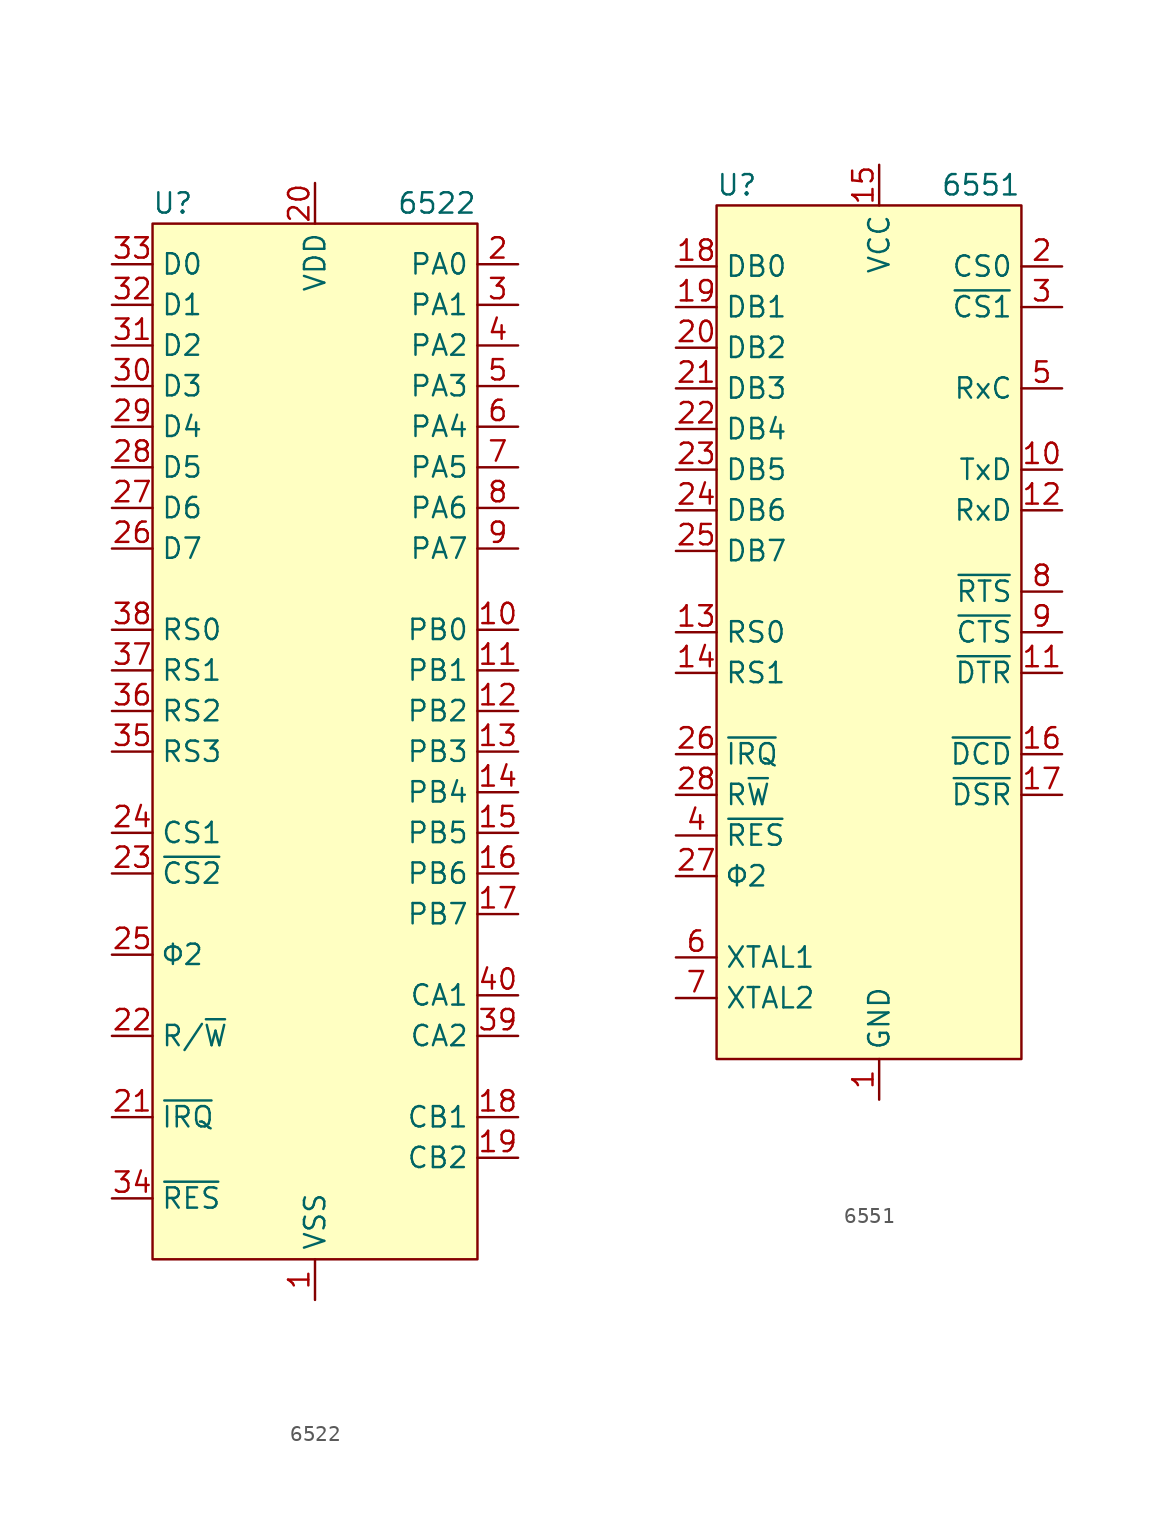
<source format=kicad_sym>
(kicad_symbol_lib
  (version 20211014)
  (generator kicad_symbol_editor)
  (symbol "6522"
    (property "Reference" "U"
      (at -8.89 31.75 0)
      (effects (font (size 1.27 1.27))))
    (property "Value" "6522"
      (at 7.62 31.75 0)
      (effects (font (size 1.27 1.27))))
    (symbol "6522_0_1"
      (rectangle (start -10.16 30.48) (end 10.16 -34.29) (stroke (width 0) (type default) (color 0 0 0 0)) (fill (type background))))
    (symbol "6522_1_1"
      (pin power_in line (at 0 -36.83 90) (length 2.54) (name "VSS" (effects (font (size 1.27 1.27)))) (number "1" (effects (font (size 1.27 1.27)))))
      (pin bidirectional line (at 12.7 5.08 180) (length 2.54) (name "PB0" (effects (font (size 1.27 1.27)))) (number "10" (effects (font (size 1.27 1.27)))))
      (pin bidirectional line (at 12.7 2.54 180) (length 2.54) (name "PB1" (effects (font (size 1.27 1.27)))) (number "11" (effects (font (size 1.27 1.27)))))
      (pin bidirectional line (at 12.7 0 180) (length 2.54) (name "PB2" (effects (font (size 1.27 1.27)))) (number "12" (effects (font (size 1.27 1.27)))))
      (pin bidirectional line (at 12.7 -2.54 180) (length 2.54) (name "PB3" (effects (font (size 1.27 1.27)))) (number "13" (effects (font (size 1.27 1.27)))))
      (pin bidirectional line (at 12.7 -5.08 180) (length 2.54) (name "PB4" (effects (font (size 1.27 1.27)))) (number "14" (effects (font (size 1.27 1.27)))))
      (pin bidirectional line (at 12.7 -7.62 180) (length 2.54) (name "PB5" (effects (font (size 1.27 1.27)))) (number "15" (effects (font (size 1.27 1.27)))))
      (pin bidirectional line (at 12.7 -10.16 180) (length 2.54) (name "PB6" (effects (font (size 1.27 1.27)))) (number "16" (effects (font (size 1.27 1.27)))))
      (pin bidirectional line (at 12.7 -12.7 180) (length 2.54) (name "PB7" (effects (font (size 1.27 1.27)))) (number "17" (effects (font (size 1.27 1.27)))))
      (pin bidirectional line (at 12.7 -25.4 180) (length 2.54) (name "CB1" (effects (font (size 1.27 1.27)))) (number "18" (effects (font (size 1.27 1.27)))))
      (pin bidirectional line (at 12.7 -27.94 180) (length 2.54) (name "CB2" (effects (font (size 1.27 1.27)))) (number "19" (effects (font (size 1.27 1.27)))))
      (pin bidirectional line (at 12.7 27.94 180) (length 2.54) (name "PA0" (effects (font (size 1.27 1.27)))) (number "2" (effects (font (size 1.27 1.27)))))
      (pin power_in line (at 0 33.02 270) (length 2.54) (name "VDD" (effects (font (size 1.27 1.27)))) (number "20" (effects (font (size 1.27 1.27)))))
      (pin open_collector line (at -12.7 -25.4 0) (length 2.54) (name "~{IRQ}" (effects (font (size 1.27 1.27)))) (number "21" (effects (font (size 1.27 1.27)))))
      (pin input line (at -12.7 -20.32 0) (length 2.54) (name "R/~{W}" (effects (font (size 1.27 1.27)))) (number "22" (effects (font (size 1.27 1.27)))))
      (pin input line (at -12.7 -10.16 0) (length 2.54) (name "~{CS2}" (effects (font (size 1.27 1.27)))) (number "23" (effects (font (size 1.27 1.27)))))
      (pin input line (at -12.7 -7.62 0) (length 2.54) (name "CS1" (effects (font (size 1.27 1.27)))) (number "24" (effects (font (size 1.27 1.27)))))
      (pin input line (at -12.7 -15.24 0) (length 2.54) (name "Φ2" (effects (font (size 1.27 1.27)))) (number "25" (effects (font (size 1.27 1.27)))))
      (pin tri_state line (at -12.7 10.16 0) (length 2.54) (name "D7" (effects (font (size 1.27 1.27)))) (number "26" (effects (font (size 1.27 1.27)))))
      (pin tri_state line (at -12.7 12.7 0) (length 2.54) (name "D6" (effects (font (size 1.27 1.27)))) (number "27" (effects (font (size 1.27 1.27)))))
      (pin tri_state line (at -12.7 15.24 0) (length 2.54) (name "D5" (effects (font (size 1.27 1.27)))) (number "28" (effects (font (size 1.27 1.27)))))
      (pin tri_state line (at -12.7 17.78 0) (length 2.54) (name "D4" (effects (font (size 1.27 1.27)))) (number "29" (effects (font (size 1.27 1.27)))))
      (pin bidirectional line (at 12.7 25.4 180) (length 2.54) (name "PA1" (effects (font (size 1.27 1.27)))) (number "3" (effects (font (size 1.27 1.27)))))
      (pin tri_state line (at -12.7 20.32 0) (length 2.54) (name "D3" (effects (font (size 1.27 1.27)))) (number "30" (effects (font (size 1.27 1.27)))))
      (pin tri_state line (at -12.7 22.86 0) (length 2.54) (name "D2" (effects (font (size 1.27 1.27)))) (number "31" (effects (font (size 1.27 1.27)))))
      (pin tri_state line (at -12.7 25.4 0) (length 2.54) (name "D1" (effects (font (size 1.27 1.27)))) (number "32" (effects (font (size 1.27 1.27)))))
      (pin tri_state line (at -12.7 27.94 0) (length 2.54) (name "D0" (effects (font (size 1.27 1.27)))) (number "33" (effects (font (size 1.27 1.27)))))
      (pin input line (at -12.7 -30.48 0) (length 2.54) (name "~{RES}" (effects (font (size 1.27 1.27)))) (number "34" (effects (font (size 1.27 1.27)))))
      (pin input line (at -12.7 -2.54 0) (length 2.54) (name "RS3" (effects (font (size 1.27 1.27)))) (number "35" (effects (font (size 1.27 1.27)))))
      (pin input line (at -12.7 0 0) (length 2.54) (name "RS2" (effects (font (size 1.27 1.27)))) (number "36" (effects (font (size 1.27 1.27)))))
      (pin input line (at -12.7 2.54 0) (length 2.54) (name "RS1" (effects (font (size 1.27 1.27)))) (number "37" (effects (font (size 1.27 1.27)))))
      (pin input line (at -12.7 5.08 0) (length 2.54) (name "RS0" (effects (font (size 1.27 1.27)))) (number "38" (effects (font (size 1.27 1.27)))))
      (pin bidirectional line (at 12.7 -20.32 180) (length 2.54) (name "CA2" (effects (font (size 1.27 1.27)))) (number "39" (effects (font (size 1.27 1.27)))))
      (pin bidirectional line (at 12.7 22.86 180) (length 2.54) (name "PA2" (effects (font (size 1.27 1.27)))) (number "4" (effects (font (size 1.27 1.27)))))
      (pin input line (at 12.7 -17.78 180) (length 2.54) (name "CA1" (effects (font (size 1.27 1.27)))) (number "40" (effects (font (size 1.27 1.27)))))
      (pin bidirectional line (at 12.7 20.32 180) (length 2.54) (name "PA3" (effects (font (size 1.27 1.27)))) (number "5" (effects (font (size 1.27 1.27)))))
      (pin bidirectional line (at 12.7 17.78 180) (length 2.54) (name "PA4" (effects (font (size 1.27 1.27)))) (number "6" (effects (font (size 1.27 1.27)))))
      (pin bidirectional line (at 12.7 15.24 180) (length 2.54) (name "PA5" (effects (font (size 1.27 1.27)))) (number "7" (effects (font (size 1.27 1.27)))))
      (pin bidirectional line (at 12.7 12.7 180) (length 2.54) (name "PA6" (effects (font (size 1.27 1.27)))) (number "8" (effects (font (size 1.27 1.27)))))
      (pin bidirectional line (at 12.7 10.16 180) (length 2.54) (name "PA7" (effects (font (size 1.27 1.27)))) (number "9" (effects (font (size 1.27 1.27)))))))
  (symbol "6551"
    (property "Reference" "U"
      (at -8.89 25.4 0)
      (effects (font (size 1.27 1.27))))
    (property "Value" "6551"
      (at 6.35 25.4 0)
      (effects (font (size 1.27 1.27))))
    (symbol "6551_0_0"
      (pin power_in line (at 0 -31.75 90) (length 2.54) (name "GND" (effects (font (size 1.27 1.27)))) (number "1" (effects (font (size 1.27 1.27)))))
      (pin output line (at 11.43 7.62 180) (length 2.54) (name "TxD" (effects (font (size 1.27 1.27)))) (number "10" (effects (font (size 1.27 1.27)))))
      (pin output line (at 11.43 -5.08 180) (length 2.54) (name "~{DTR}" (effects (font (size 1.27 1.27)))) (number "11" (effects (font (size 1.27 1.27)))))
      (pin input line (at 11.43 5.08 180) (length 2.54) (name "RxD" (effects (font (size 1.27 1.27)))) (number "12" (effects (font (size 1.27 1.27)))))
      (pin input line (at -12.7 -2.54 0) (length 2.54) (name "RS0" (effects (font (size 1.27 1.27)))) (number "13" (effects (font (size 1.27 1.27)))))
      (pin input line (at -12.7 -5.08 0) (length 2.54) (name "RS1" (effects (font (size 1.27 1.27)))) (number "14" (effects (font (size 1.27 1.27)))))
      (pin power_in line (at 0 26.67 270) (length 2.54) (name "VCC" (effects (font (size 1.27 1.27)))) (number "15" (effects (font (size 1.27 1.27)))))
      (pin input line (at 11.43 -10.16 180) (length 2.54) (name "~{DCD}" (effects (font (size 1.27 1.27)))) (number "16" (effects (font (size 1.27 1.27)))))
      (pin input line (at 11.43 -12.7 180) (length 2.54) (name "~{DSR}" (effects (font (size 1.27 1.27)))) (number "17" (effects (font (size 1.27 1.27)))))
      (pin tri_state line (at -12.7 20.32 0) (length 2.54) (name "DB0" (effects (font (size 1.27 1.27)))) (number "18" (effects (font (size 1.27 1.27)))))
      (pin tri_state line (at -12.7 17.78 0) (length 2.54) (name "DB1" (effects (font (size 1.27 1.27)))) (number "19" (effects (font (size 1.27 1.27)))))
      (pin input line (at 11.43 20.32 180) (length 2.54) (name "CS0" (effects (font (size 1.27 1.27)))) (number "2" (effects (font (size 1.27 1.27)))))
      (pin tri_state line (at -12.7 15.24 0) (length 2.54) (name "DB2" (effects (font (size 1.27 1.27)))) (number "20" (effects (font (size 1.27 1.27)))))
      (pin tri_state line (at -12.7 12.7 0) (length 2.54) (name "DB3" (effects (font (size 1.27 1.27)))) (number "21" (effects (font (size 1.27 1.27)))))
      (pin tri_state line (at -12.7 10.16 0) (length 2.54) (name "DB4" (effects (font (size 1.27 1.27)))) (number "22" (effects (font (size 1.27 1.27)))))
      (pin tri_state line (at -12.7 7.62 0) (length 2.54) (name "DB5" (effects (font (size 1.27 1.27)))) (number "23" (effects (font (size 1.27 1.27)))))
      (pin tri_state line (at -12.7 5.08 0) (length 2.54) (name "DB6" (effects (font (size 1.27 1.27)))) (number "24" (effects (font (size 1.27 1.27)))))
      (pin tri_state line (at -12.7 2.54 0) (length 2.54) (name "DB7" (effects (font (size 1.27 1.27)))) (number "25" (effects (font (size 1.27 1.27)))))
      (pin open_collector line (at -12.7 -10.16 0) (length 2.54) (name "~{IRQ}" (effects (font (size 1.27 1.27)))) (number "26" (effects (font (size 1.27 1.27)))))
      (pin input line (at -12.7 -17.78 0) (length 2.54) (name "Φ2" (effects (font (size 1.27 1.27)))) (number "27" (effects (font (size 1.27 1.27)))))
      (pin input line (at -12.7 -12.7 0) (length 2.54) (name "R~{W}" (effects (font (size 1.27 1.27)))) (number "28" (effects (font (size 1.27 1.27)))))
      (pin input line (at 11.43 17.78 180) (length 2.54) (name "~{CS1}" (effects (font (size 1.27 1.27)))) (number "3" (effects (font (size 1.27 1.27)))))
      (pin input line (at -12.7 -15.24 0) (length 2.54) (name "~{RES}" (effects (font (size 1.27 1.27)))) (number "4" (effects (font (size 1.27 1.27)))))
      (pin bidirectional line (at 11.43 12.7 180) (length 2.54) (name "RxC" (effects (font (size 1.27 1.27)))) (number "5" (effects (font (size 1.27 1.27)))))
      (pin input line (at -12.7 -22.86 0) (length 2.54) (name "XTAL1" (effects (font (size 1.27 1.27)))) (number "6" (effects (font (size 1.27 1.27)))))
      (pin input line (at -12.7 -25.4 0) (length 2.54) (name "XTAL2" (effects (font (size 1.27 1.27)))) (number "7" (effects (font (size 1.27 1.27)))))
      (pin output line (at 11.43 0 180) (length 2.54) (name "~{RTS}" (effects (font (size 1.27 1.27)))) (number "8" (effects (font (size 1.27 1.27)))))
      (pin input line (at 11.43 -2.54 180) (length 2.54) (name "~{CTS}" (effects (font (size 1.27 1.27)))) (number "9" (effects (font (size 1.27 1.27))))))
    (symbol "6551_0_1"
      (rectangle (start -10.16 24.13) (end 8.89 -29.21) (stroke (width 0) (type default) (color 0 0 0 0)) (fill (type background))))))
</source>
